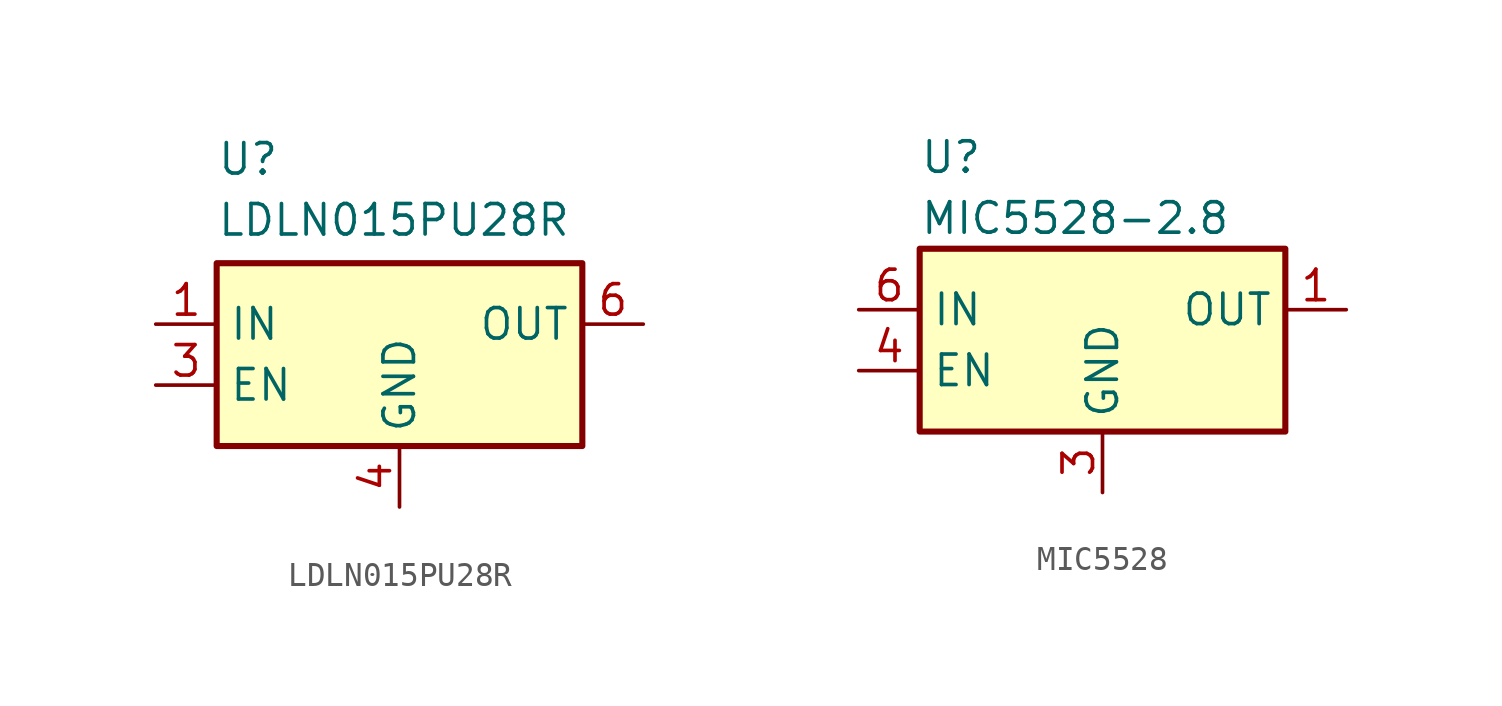
<source format=kicad_sym>
(kicad_symbol_lib
  (version 20220914)
  (generator kicad_symbol_editor)
  (symbol "LDLN015PU28R"
    (property "Reference" "U"
      (at -7.62 8.89 0)
      (effects (font (size 1.27 1.27)) (justify left top)))
    (property "Value" "LDLN015PU28R"
      (at -7.62 6.35 0)
      (effects (font (size 1.27 1.27)) (justify left top)))
    (symbol "LDLN015PU28R_0_1"
      (rectangle (start -7.62 3.81) (end 7.62 -3.81) (stroke (width 0.254) (type default)) (fill (type background))))
    (symbol "LDLN015PU28R_1_1"
      (pin passive line (at -10.16 1.27 0) (length 2.54) (name "IN" (effects (font (size 1.27 1.27)))) (number "1" (effects (font (size 1.27 1.27)))))
      (pin no_connect line (at 10.16 -1.27 180) (length 2.54) hide (name "NC" (effects (font (size 1.27 1.27)))) (number "2" (effects (font (size 1.27 1.27)))))
      (pin passive line (at -10.16 -1.27 0) (length 2.54) (name "EN" (effects (font (size 1.27 1.27)))) (number "3" (effects (font (size 1.27 1.27)))))
      (pin passive line (at 0 -6.35 90) (length 2.54) (name "GND" (effects (font (size 1.27 1.27)))) (number "4" (effects (font (size 1.27 1.27)))))
      (pin no_connect line (at 10.16 -1.27 180) (length 2.54) hide (name "NC" (effects (font (size 1.27 1.27)))) (number "5" (effects (font (size 1.27 1.27)))))
      (pin passive line (at 10.16 1.27 180) (length 2.54) (name "OUT" (effects (font (size 1.27 1.27)))) (number "6" (effects (font (size 1.27 1.27)))))
      (pin passive line (at 0 -6.35 90) (length 2.54) hide (name "PAD" (effects (font (size 1.27 1.27)))) (number "7" (effects (font (size 1.27 1.27)))))))
  (symbol "MIC5528"
    (property "Reference" "U"
      (at -7.62 7.62 0)
      (effects (font (size 1.27 1.27)) (justify left)))
    (property "Value" "MIC5528-2.8"
      (at -7.62 5.08 0)
      (effects (font (size 1.27 1.27)) (justify left)))
    (symbol "MIC5528_0_1"
      (rectangle (start -7.62 3.81) (end 7.62 -3.81) (stroke (width 0.254) (type default)) (fill (type background))))
    (symbol "MIC5528_1_1"
      (pin power_out line (at 10.16 1.27 180) (length 2.54) (name "OUT" (effects (font (size 1.27 1.27)))) (number "1" (effects (font (size 1.27 1.27)))))
      (pin power_out line (at 10.16 1.27 180) (length 2.54) hide (name "OUT" (effects (font (size 1.27 1.27)))) (number "2" (effects (font (size 1.27 1.27)))))
      (pin passive line (at 0 -6.35 90) (length 2.54) (name "GND" (effects (font (size 1.27 1.27)))) (number "3" (effects (font (size 1.27 1.27)))))
      (pin passive line (at -10.16 -1.27 0) (length 2.54) (name "EN" (effects (font (size 1.27 1.27)))) (number "4" (effects (font (size 1.27 1.27)))))
      (pin no_connect line (at 10.16 -1.27 180) (length 2.54) hide (name "NC" (effects (font (size 1.27 1.27)))) (number "5" (effects (font (size 1.27 1.27)))))
      (pin power_in line (at -10.16 1.27 0) (length 2.54) (name "IN" (effects (font (size 1.27 1.27)))) (number "6" (effects (font (size 1.27 1.27)))))
      (pin passive line (at 0 -6.35 90) (length 2.54) hide (name "PAD" (effects (font (size 1.27 1.27)))) (number "7" (effects (font (size 1.27 1.27))))))))
</source>
